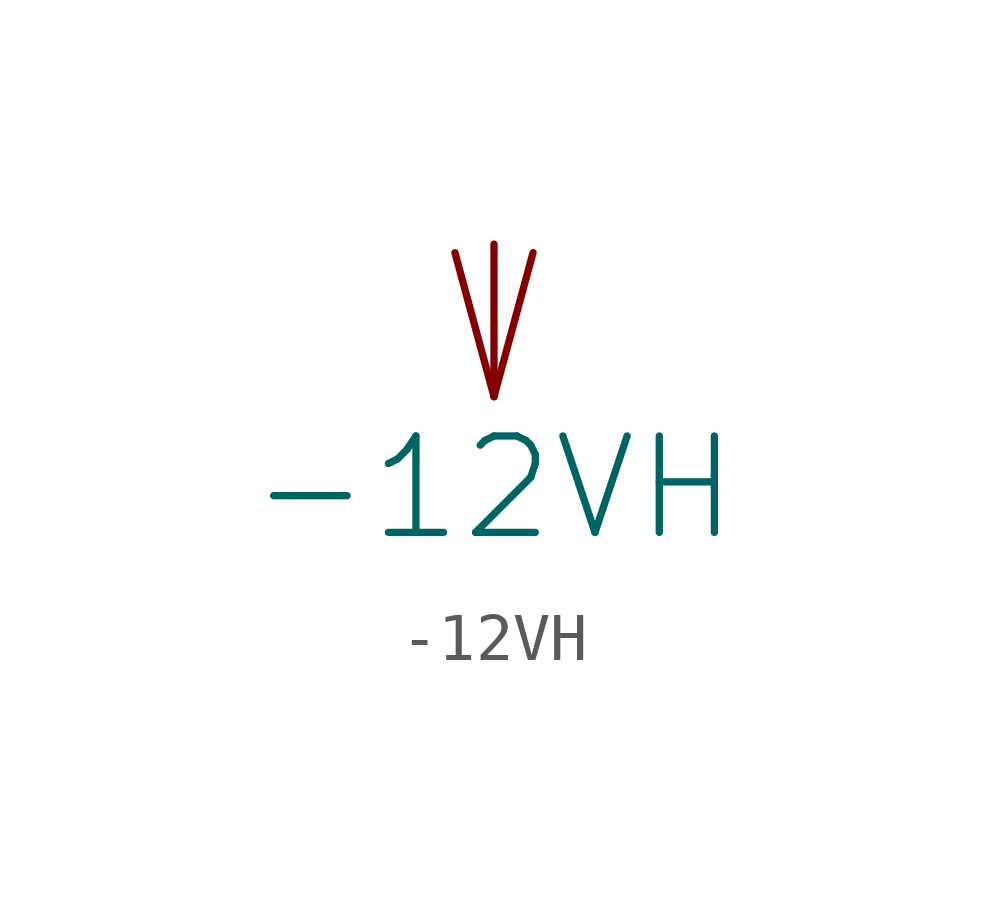
<source format=kicad_sym>
(kicad_symbol_lib
  (version 20231120)
  (generator "kicad_symbol_editor")
  (generator_version "8.0")
  (symbol "-12VH"
    (power)
    (pin_numbers hide)
    (pin_names
      (offset 0) hide)
    (property "Reference" "#PWR"
      (at 0 2.54 0)
      (effects (font (size 2.007 2.007)) (hide yes)))
    (property "Value" "-12VH"
      (at 0 -5.08 0)
      (effects (font (size 2.007 2.007))))
    (property "Footprint" ""
      (at 0 -3.175 90)
      (effects (font (size 2.489 2.489))))
    (symbol "-12VH_0_1"
      (polyline (pts (xy -0.813 -0.178) (xy 0 -3.175)) (stroke (width 0) (type solid)) (fill (type none)))
      (polyline (pts (xy 0 -3.175) (xy 0 0)) (stroke (width 0) (type solid)) (fill (type none)))
      (polyline (pts (xy 0 -3.175) (xy 0.813 -0.178)) (stroke (width 0) (type solid)) (fill (type none))))
    (symbol "-12VH_1_1"
      (pin power_in line (at 0 0 270) (length 0) hide (name "-12VH" (effects (font (size 1.803 1.803)))) (number "1" (effects (font (size 1.803 1.803))))))))
</source>
